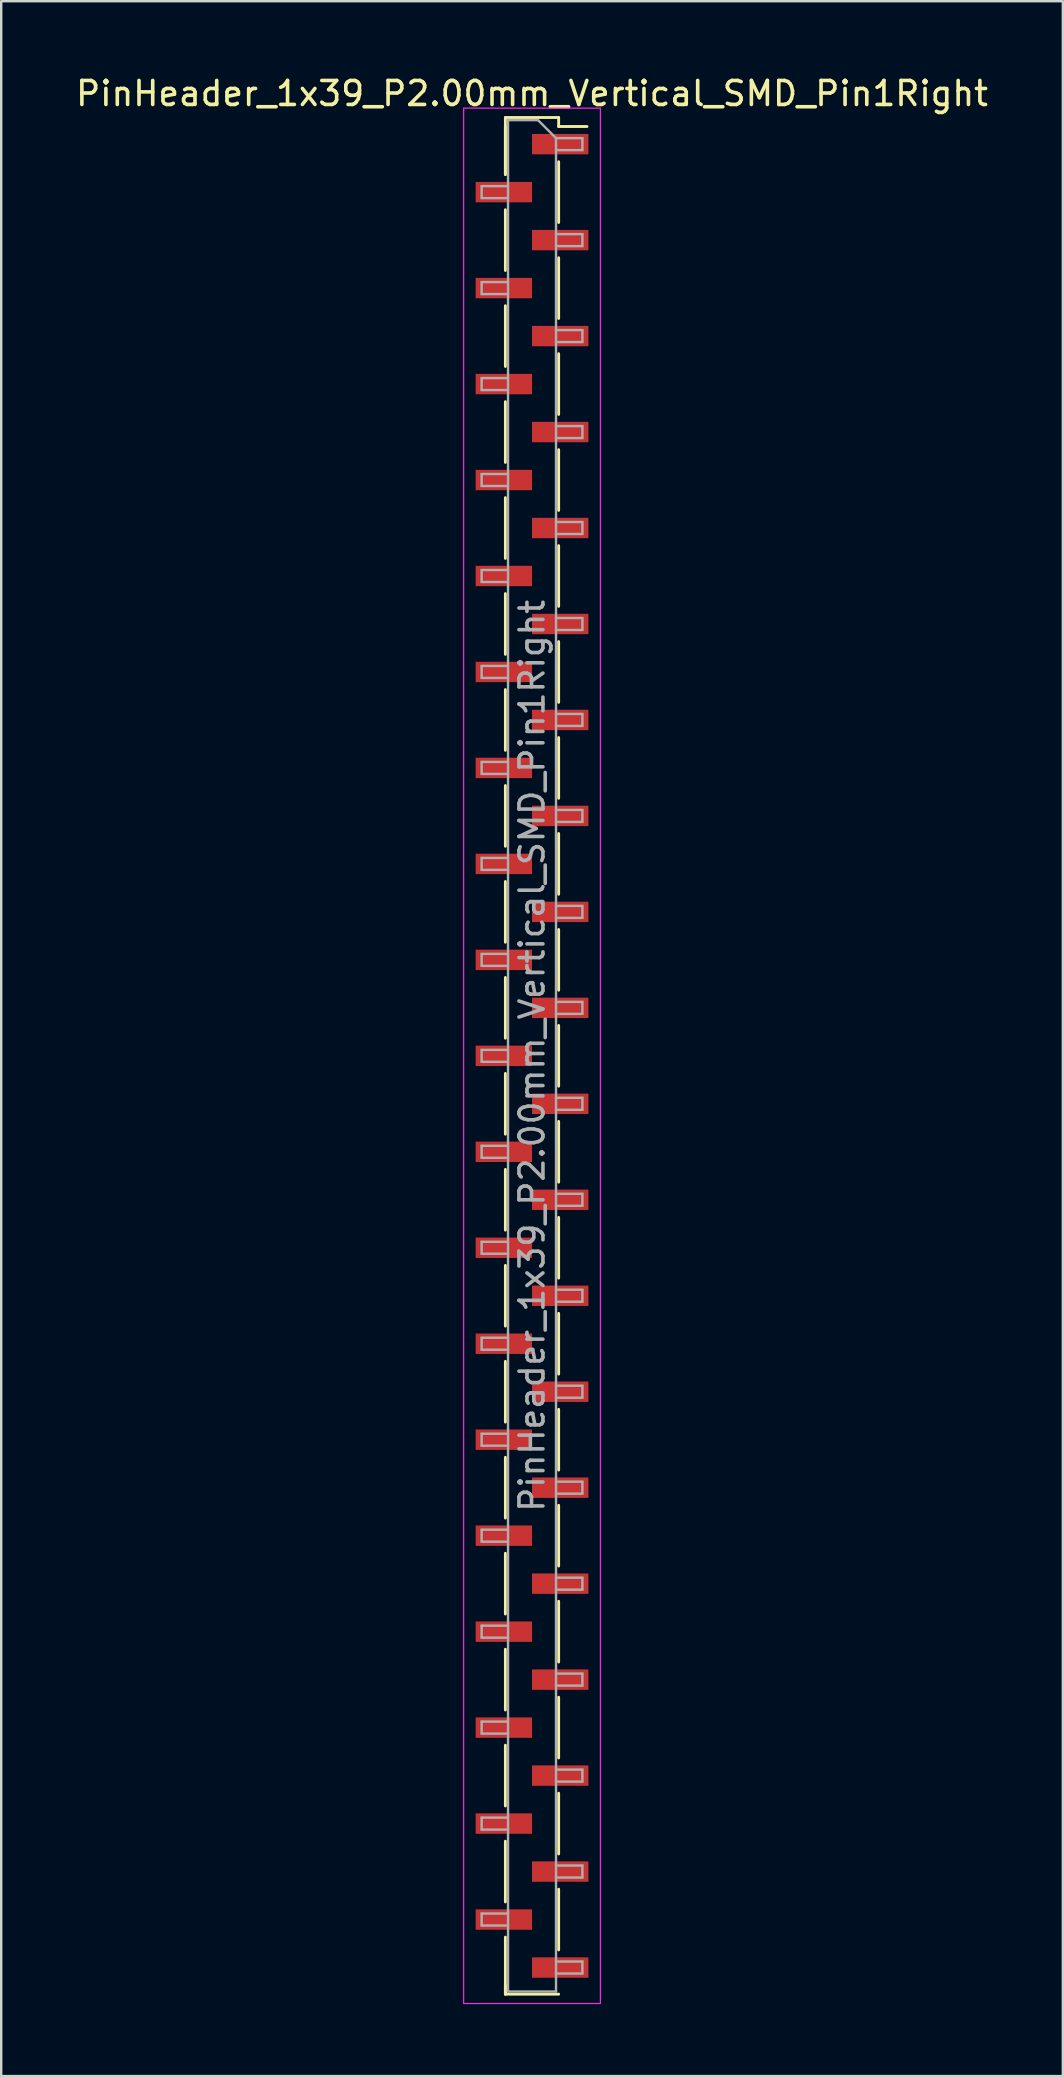
<source format=kicad_pcb>
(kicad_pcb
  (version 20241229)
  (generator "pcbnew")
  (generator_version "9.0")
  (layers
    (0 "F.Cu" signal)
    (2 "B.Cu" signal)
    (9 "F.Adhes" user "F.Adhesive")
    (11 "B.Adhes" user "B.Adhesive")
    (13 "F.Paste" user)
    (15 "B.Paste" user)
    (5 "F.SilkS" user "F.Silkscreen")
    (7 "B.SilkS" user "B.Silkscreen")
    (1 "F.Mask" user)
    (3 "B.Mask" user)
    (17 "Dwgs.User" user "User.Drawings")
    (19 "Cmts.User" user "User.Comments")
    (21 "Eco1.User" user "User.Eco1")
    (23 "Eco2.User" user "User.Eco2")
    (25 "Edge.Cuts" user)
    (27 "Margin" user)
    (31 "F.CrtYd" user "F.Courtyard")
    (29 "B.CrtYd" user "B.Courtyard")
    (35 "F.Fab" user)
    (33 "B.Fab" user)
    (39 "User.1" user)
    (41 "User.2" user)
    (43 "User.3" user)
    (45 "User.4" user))
  (footprint "PinHeader_1x39_P2.00mm_Vertical_SMD_Pin1Right"
    (layer "F.Cu")
    (at 19.125 40.958)
    (property "Reference" "PinHeader_1x39_P2.00mm_Vertical_SMD_Pin1Right" (at 0 -40.11 0) (layer "F.SilkS") (effects (font (size 1 1) (thickness 0.15))))
    (attr smd)
    (fp_line (start -1.11 -39.11) (end -1.11 -36.735) (stroke (width 0.12) (type solid)) (layer "F.SilkS"))
    (fp_line (start -1.11 -39.11) (end 1.11 -39.11) (stroke (width 0.12) (type solid)) (layer "F.SilkS"))
    (fp_line (start -1.11 -38.735) (end -1.11 -36.735) (stroke (width 0.12) (type solid)) (layer "F.SilkS"))
    (fp_line (start -1.11 -35.265) (end -1.11 -32.735) (stroke (width 0.12) (type solid)) (layer "F.SilkS"))
    (fp_line (start -1.11 -31.265) (end -1.11 -28.735) (stroke (width 0.12) (type solid)) (layer "F.SilkS"))
    (fp_line (start -1.11 -27.265) (end -1.11 -24.735) (stroke (width 0.12) (type solid)) (layer "F.SilkS"))
    (fp_line (start -1.11 -23.265) (end -1.11 -20.735) (stroke (width 0.12) (type solid)) (layer "F.SilkS"))
    (fp_line (start -1.11 -19.265) (end -1.11 -16.735) (stroke (width 0.12) (type solid)) (layer "F.SilkS"))
    (fp_line (start -1.11 -15.265) (end -1.11 -12.735) (stroke (width 0.12) (type solid)) (layer "F.SilkS"))
    (fp_line (start -1.11 -11.265) (end -1.11 -8.735) (stroke (width 0.12) (type solid)) (layer "F.SilkS"))
    (fp_line (start -1.11 -7.265) (end -1.11 -4.735) (stroke (width 0.12) (type solid)) (layer "F.SilkS"))
    (fp_line (start -1.11 -3.265) (end -1.11 -0.735) (stroke (width 0.12) (type solid)) (layer "F.SilkS"))
    (fp_line (start -1.11 0.735) (end -1.11 3.265) (stroke (width 0.12) (type solid)) (layer "F.SilkS"))
    (fp_line (start -1.11 4.735) (end -1.11 7.265) (stroke (width 0.12) (type solid)) (layer "F.SilkS"))
    (fp_line (start -1.11 8.735) (end -1.11 11.265) (stroke (width 0.12) (type solid)) (layer "F.SilkS"))
    (fp_line (start -1.11 12.735) (end -1.11 15.265) (stroke (width 0.12) (type solid)) (layer "F.SilkS"))
    (fp_line (start -1.11 16.735) (end -1.11 19.265) (stroke (width 0.12) (type solid)) (layer "F.SilkS"))
    (fp_line (start -1.11 20.735) (end -1.11 23.265) (stroke (width 0.12) (type solid)) (layer "F.SilkS"))
    (fp_line (start -1.11 24.735) (end -1.11 27.265) (stroke (width 0.12) (type solid)) (layer "F.SilkS"))
    (fp_line (start -1.11 28.735) (end -1.11 31.265) (stroke (width 0.12) (type solid)) (layer "F.SilkS"))
    (fp_line (start -1.11 32.735) (end -1.11 35.265) (stroke (width 0.12) (type solid)) (layer "F.SilkS"))
    (fp_line (start -1.11 36.735) (end -1.11 39.11) (stroke (width 0.12) (type solid)) (layer "F.SilkS"))
    (fp_line (start -1.11 38.735) (end -1.11 39.11) (stroke (width 0.12) (type solid)) (layer "F.SilkS"))
    (fp_line (start -1.11 39.11) (end 1.11 39.11) (stroke (width 0.12) (type solid)) (layer "F.SilkS"))
    (fp_line (start 1.11 -39.11) (end 1.11 -38.735) (stroke (width 0.12) (type solid)) (layer "F.SilkS"))
    (fp_line (start 1.11 -38.735) (end 2.29 -38.735) (stroke (width 0.12) (type solid)) (layer "F.SilkS"))
    (fp_line (start 1.11 -37.265) (end 1.11 -34.735) (stroke (width 0.12) (type solid)) (layer "F.SilkS"))
    (fp_line (start 1.11 -33.265) (end 1.11 -30.735) (stroke (width 0.12) (type solid)) (layer "F.SilkS"))
    (fp_line (start 1.11 -29.265) (end 1.11 -26.735) (stroke (width 0.12) (type solid)) (layer "F.SilkS"))
    (fp_line (start 1.11 -25.265) (end 1.11 -22.735) (stroke (width 0.12) (type solid)) (layer "F.SilkS"))
    (fp_line (start 1.11 -21.265) (end 1.11 -18.735) (stroke (width 0.12) (type solid)) (layer "F.SilkS"))
    (fp_line (start 1.11 -17.265) (end 1.11 -14.735) (stroke (width 0.12) (type solid)) (layer "F.SilkS"))
    (fp_line (start 1.11 -13.265) (end 1.11 -10.735) (stroke (width 0.12) (type solid)) (layer "F.SilkS"))
    (fp_line (start 1.11 -9.265) (end 1.11 -6.735) (stroke (width 0.12) (type solid)) (layer "F.SilkS"))
    (fp_line (start 1.11 -5.265) (end 1.11 -2.735) (stroke (width 0.12) (type solid)) (layer "F.SilkS"))
    (fp_line (start 1.11 -1.265) (end 1.11 1.265) (stroke (width 0.12) (type solid)) (layer "F.SilkS"))
    (fp_line (start 1.11 2.735) (end 1.11 5.265) (stroke (width 0.12) (type solid)) (layer "F.SilkS"))
    (fp_line (start 1.11 6.735) (end 1.11 9.265) (stroke (width 0.12) (type solid)) (layer "F.SilkS"))
    (fp_line (start 1.11 10.735) (end 1.11 13.265) (stroke (width 0.12) (type solid)) (layer "F.SilkS"))
    (fp_line (start 1.11 14.735) (end 1.11 17.265) (stroke (width 0.12) (type solid)) (layer "F.SilkS"))
    (fp_line (start 1.11 18.735) (end 1.11 21.265) (stroke (width 0.12) (type solid)) (layer "F.SilkS"))
    (fp_line (start 1.11 22.735) (end 1.11 25.265) (stroke (width 0.12) (type solid)) (layer "F.SilkS"))
    (fp_line (start 1.11 26.735) (end 1.11 29.265) (stroke (width 0.12) (type solid)) (layer "F.SilkS"))
    (fp_line (start 1.11 30.735) (end 1.11 33.265) (stroke (width 0.12) (type solid)) (layer "F.SilkS"))
    (fp_line (start 1.11 34.735) (end 1.11 37.265) (stroke (width 0.12) (type solid)) (layer "F.SilkS"))
    (fp_line (start -2.85 -39.5) (end -2.85 39.5) (stroke (width 0.05) (type solid)) (layer "F.CrtYd"))
    (fp_line (start -2.85 39.5) (end 2.85 39.5) (stroke (width 0.05) (type solid)) (layer "F.CrtYd"))
    (fp_line (start 2.85 -39.5) (end -2.85 -39.5) (stroke (width 0.05) (type solid)) (layer "F.CrtYd"))
    (fp_line (start 2.85 39.5) (end 2.85 -39.5) (stroke (width 0.05) (type solid)) (layer "F.CrtYd"))
    (fp_line (start -2.1 -36.25) (end -2.1 -35.75) (stroke (width 0.1) (type solid)) (layer "F.Fab"))
    (fp_line (start -2.1 -35.75) (end -1 -35.75) (stroke (width 0.1) (type solid)) (layer "F.Fab"))
    (fp_line (start -2.1 -32.25) (end -2.1 -31.75) (stroke (width 0.1) (type solid)) (layer "F.Fab"))
    (fp_line (start -2.1 -31.75) (end -1 -31.75) (stroke (width 0.1) (type solid)) (layer "F.Fab"))
    (fp_line (start -2.1 -28.25) (end -2.1 -27.75) (stroke (width 0.1) (type solid)) (layer "F.Fab"))
    (fp_line (start -2.1 -27.75) (end -1 -27.75) (stroke (width 0.1) (type solid)) (layer "F.Fab"))
    (fp_line (start -2.1 -24.25) (end -2.1 -23.75) (stroke (width 0.1) (type solid)) (layer "F.Fab"))
    (fp_line (start -2.1 -23.75) (end -1 -23.75) (stroke (width 0.1) (type solid)) (layer "F.Fab"))
    (fp_line (start -2.1 -20.25) (end -2.1 -19.75) (stroke (width 0.1) (type solid)) (layer "F.Fab"))
    (fp_line (start -2.1 -19.75) (end -1 -19.75) (stroke (width 0.1) (type solid)) (layer "F.Fab"))
    (fp_line (start -2.1 -16.25) (end -2.1 -15.75) (stroke (width 0.1) (type solid)) (layer "F.Fab"))
    (fp_line (start -2.1 -15.75) (end -1 -15.75) (stroke (width 0.1) (type solid)) (layer "F.Fab"))
    (fp_line (start -2.1 -12.25) (end -2.1 -11.75) (stroke (width 0.1) (type solid)) (layer "F.Fab"))
    (fp_line (start -2.1 -11.75) (end -1 -11.75) (stroke (width 0.1) (type solid)) (layer "F.Fab"))
    (fp_line (start -2.1 -8.25) (end -2.1 -7.75) (stroke (width 0.1) (type solid)) (layer "F.Fab"))
    (fp_line (start -2.1 -7.75) (end -1 -7.75) (stroke (width 0.1) (type solid)) (layer "F.Fab"))
    (fp_line (start -2.1 -4.25) (end -2.1 -3.75) (stroke (width 0.1) (type solid)) (layer "F.Fab"))
    (fp_line (start -2.1 -3.75) (end -1 -3.75) (stroke (width 0.1) (type solid)) (layer "F.Fab"))
    (fp_line (start -2.1 -0.25) (end -2.1 0.25) (stroke (width 0.1) (type solid)) (layer "F.Fab"))
    (fp_line (start -2.1 0.25) (end -1 0.25) (stroke (width 0.1) (type solid)) (layer "F.Fab"))
    (fp_line (start -2.1 3.75) (end -2.1 4.25) (stroke (width 0.1) (type solid)) (layer "F.Fab"))
    (fp_line (start -2.1 4.25) (end -1 4.25) (stroke (width 0.1) (type solid)) (layer "F.Fab"))
    (fp_line (start -2.1 7.75) (end -2.1 8.25) (stroke (width 0.1) (type solid)) (layer "F.Fab"))
    (fp_line (start -2.1 8.25) (end -1 8.25) (stroke (width 0.1) (type solid)) (layer "F.Fab"))
    (fp_line (start -2.1 11.75) (end -2.1 12.25) (stroke (width 0.1) (type solid)) (layer "F.Fab"))
    (fp_line (start -2.1 12.25) (end -1 12.25) (stroke (width 0.1) (type solid)) (layer "F.Fab"))
    (fp_line (start -2.1 15.75) (end -2.1 16.25) (stroke (width 0.1) (type solid)) (layer "F.Fab"))
    (fp_line (start -2.1 16.25) (end -1 16.25) (stroke (width 0.1) (type solid)) (layer "F.Fab"))
    (fp_line (start -2.1 19.75) (end -2.1 20.25) (stroke (width 0.1) (type solid)) (layer "F.Fab"))
    (fp_line (start -2.1 20.25) (end -1 20.25) (stroke (width 0.1) (type solid)) (layer "F.Fab"))
    (fp_line (start -2.1 23.75) (end -2.1 24.25) (stroke (width 0.1) (type solid)) (layer "F.Fab"))
    (fp_line (start -2.1 24.25) (end -1 24.25) (stroke (width 0.1) (type solid)) (layer "F.Fab"))
    (fp_line (start -2.1 27.75) (end -2.1 28.25) (stroke (width 0.1) (type solid)) (layer "F.Fab"))
    (fp_line (start -2.1 28.25) (end -1 28.25) (stroke (width 0.1) (type solid)) (layer "F.Fab"))
    (fp_line (start -2.1 31.75) (end -2.1 32.25) (stroke (width 0.1) (type solid)) (layer "F.Fab"))
    (fp_line (start -2.1 32.25) (end -1 32.25) (stroke (width 0.1) (type solid)) (layer "F.Fab"))
    (fp_line (start -2.1 35.75) (end -2.1 36.25) (stroke (width 0.1) (type solid)) (layer "F.Fab"))
    (fp_line (start -2.1 36.25) (end -1 36.25) (stroke (width 0.1) (type solid)) (layer "F.Fab"))
    (fp_line (start -1 -39) (end -1 39) (stroke (width 0.1) (type solid)) (layer "F.Fab"))
    (fp_line (start -1 -39) (end 0.25 -39) (stroke (width 0.1) (type solid)) (layer "F.Fab"))
    (fp_line (start -1 -36.25) (end -2.1 -36.25) (stroke (width 0.1) (type solid)) (layer "F.Fab"))
    (fp_line (start -1 -32.25) (end -2.1 -32.25) (stroke (width 0.1) (type solid)) (layer "F.Fab"))
    (fp_line (start -1 -28.25) (end -2.1 -28.25) (stroke (width 0.1) (type solid)) (layer "F.Fab"))
    (fp_line (start -1 -24.25) (end -2.1 -24.25) (stroke (width 0.1) (type solid)) (layer "F.Fab"))
    (fp_line (start -1 -20.25) (end -2.1 -20.25) (stroke (width 0.1) (type solid)) (layer "F.Fab"))
    (fp_line (start -1 -16.25) (end -2.1 -16.25) (stroke (width 0.1) (type solid)) (layer "F.Fab"))
    (fp_line (start -1 -12.25) (end -2.1 -12.25) (stroke (width 0.1) (type solid)) (layer "F.Fab"))
    (fp_line (start -1 -8.25) (end -2.1 -8.25) (stroke (width 0.1) (type solid)) (layer "F.Fab"))
    (fp_line (start -1 -4.25) (end -2.1 -4.25) (stroke (width 0.1) (type solid)) (layer "F.Fab"))
    (fp_line (start -1 -0.25) (end -2.1 -0.25) (stroke (width 0.1) (type solid)) (layer "F.Fab"))
    (fp_line (start -1 3.75) (end -2.1 3.75) (stroke (width 0.1) (type solid)) (layer "F.Fab"))
    (fp_line (start -1 7.75) (end -2.1 7.75) (stroke (width 0.1) (type solid)) (layer "F.Fab"))
    (fp_line (start -1 11.75) (end -2.1 11.75) (stroke (width 0.1) (type solid)) (layer "F.Fab"))
    (fp_line (start -1 15.75) (end -2.1 15.75) (stroke (width 0.1) (type solid)) (layer "F.Fab"))
    (fp_line (start -1 19.75) (end -2.1 19.75) (stroke (width 0.1) (type solid)) (layer "F.Fab"))
    (fp_line (start -1 23.75) (end -2.1 23.75) (stroke (width 0.1) (type solid)) (layer "F.Fab"))
    (fp_line (start -1 27.75) (end -2.1 27.75) (stroke (width 0.1) (type solid)) (layer "F.Fab"))
    (fp_line (start -1 31.75) (end -2.1 31.75) (stroke (width 0.1) (type solid)) (layer "F.Fab"))
    (fp_line (start -1 35.75) (end -2.1 35.75) (stroke (width 0.1) (type solid)) (layer "F.Fab"))
    (fp_line (start 1 -38.25) (end 0.25 -39) (stroke (width 0.1) (type solid)) (layer "F.Fab"))
    (fp_line (start 1 -38.25) (end 2.1 -38.25) (stroke (width 0.1) (type solid)) (layer "F.Fab"))
    (fp_line (start 1 -34.25) (end 2.1 -34.25) (stroke (width 0.1) (type solid)) (layer "F.Fab"))
    (fp_line (start 1 -30.25) (end 2.1 -30.25) (stroke (width 0.1) (type solid)) (layer "F.Fab"))
    (fp_line (start 1 -26.25) (end 2.1 -26.25) (stroke (width 0.1) (type solid)) (layer "F.Fab"))
    (fp_line (start 1 -22.25) (end 2.1 -22.25) (stroke (width 0.1) (type solid)) (layer "F.Fab"))
    (fp_line (start 1 -18.25) (end 2.1 -18.25) (stroke (width 0.1) (type solid)) (layer "F.Fab"))
    (fp_line (start 1 -14.25) (end 2.1 -14.25) (stroke (width 0.1) (type solid)) (layer "F.Fab"))
    (fp_line (start 1 -10.25) (end 2.1 -10.25) (stroke (width 0.1) (type solid)) (layer "F.Fab"))
    (fp_line (start 1 -6.25) (end 2.1 -6.25) (stroke (width 0.1) (type solid)) (layer "F.Fab"))
    (fp_line (start 1 -2.25) (end 2.1 -2.25) (stroke (width 0.1) (type solid)) (layer "F.Fab"))
    (fp_line (start 1 1.75) (end 2.1 1.75) (stroke (width 0.1) (type solid)) (layer "F.Fab"))
    (fp_line (start 1 5.75) (end 2.1 5.75) (stroke (width 0.1) (type solid)) (layer "F.Fab"))
    (fp_line (start 1 9.75) (end 2.1 9.75) (stroke (width 0.1) (type solid)) (layer "F.Fab"))
    (fp_line (start 1 13.75) (end 2.1 13.75) (stroke (width 0.1) (type solid)) (layer "F.Fab"))
    (fp_line (start 1 17.75) (end 2.1 17.75) (stroke (width 0.1) (type solid)) (layer "F.Fab"))
    (fp_line (start 1 21.75) (end 2.1 21.75) (stroke (width 0.1) (type solid)) (layer "F.Fab"))
    (fp_line (start 1 25.75) (end 2.1 25.75) (stroke (width 0.1) (type solid)) (layer "F.Fab"))
    (fp_line (start 1 29.75) (end 2.1 29.75) (stroke (width 0.1) (type solid)) (layer "F.Fab"))
    (fp_line (start 1 33.75) (end 2.1 33.75) (stroke (width 0.1) (type solid)) (layer "F.Fab"))
    (fp_line (start 1 37.75) (end 2.1 37.75) (stroke (width 0.1) (type solid)) (layer "F.Fab"))
    (fp_line (start 1 39) (end -1 39) (stroke (width 0.1) (type solid)) (layer "F.Fab"))
    (fp_line (start 1 39) (end 1 -38.25) (stroke (width 0.1) (type solid)) (layer "F.Fab"))
    (fp_line (start 2.1 -38.25) (end 2.1 -37.75) (stroke (width 0.1) (type solid)) (layer "F.Fab"))
    (fp_line (start 2.1 -37.75) (end 1 -37.75) (stroke (width 0.1) (type solid)) (layer "F.Fab"))
    (fp_line (start 2.1 -34.25) (end 2.1 -33.75) (stroke (width 0.1) (type solid)) (layer "F.Fab"))
    (fp_line (start 2.1 -33.75) (end 1 -33.75) (stroke (width 0.1) (type solid)) (layer "F.Fab"))
    (fp_line (start 2.1 -30.25) (end 2.1 -29.75) (stroke (width 0.1) (type solid)) (layer "F.Fab"))
    (fp_line (start 2.1 -29.75) (end 1 -29.75) (stroke (width 0.1) (type solid)) (layer "F.Fab"))
    (fp_line (start 2.1 -26.25) (end 2.1 -25.75) (stroke (width 0.1) (type solid)) (layer "F.Fab"))
    (fp_line (start 2.1 -25.75) (end 1 -25.75) (stroke (width 0.1) (type solid)) (layer "F.Fab"))
    (fp_line (start 2.1 -22.25) (end 2.1 -21.75) (stroke (width 0.1) (type solid)) (layer "F.Fab"))
    (fp_line (start 2.1 -21.75) (end 1 -21.75) (stroke (width 0.1) (type solid)) (layer "F.Fab"))
    (fp_line (start 2.1 -18.25) (end 2.1 -17.75) (stroke (width 0.1) (type solid)) (layer "F.Fab"))
    (fp_line (start 2.1 -17.75) (end 1 -17.75) (stroke (width 0.1) (type solid)) (layer "F.Fab"))
    (fp_line (start 2.1 -14.25) (end 2.1 -13.75) (stroke (width 0.1) (type solid)) (layer "F.Fab"))
    (fp_line (start 2.1 -13.75) (end 1 -13.75) (stroke (width 0.1) (type solid)) (layer "F.Fab"))
    (fp_line (start 2.1 -10.25) (end 2.1 -9.75) (stroke (width 0.1) (type solid)) (layer "F.Fab"))
    (fp_line (start 2.1 -9.75) (end 1 -9.75) (stroke (width 0.1) (type solid)) (layer "F.Fab"))
    (fp_line (start 2.1 -6.25) (end 2.1 -5.75) (stroke (width 0.1) (type solid)) (layer "F.Fab"))
    (fp_line (start 2.1 -5.75) (end 1 -5.75) (stroke (width 0.1) (type solid)) (layer "F.Fab"))
    (fp_line (start 2.1 -2.25) (end 2.1 -1.75) (stroke (width 0.1) (type solid)) (layer "F.Fab"))
    (fp_line (start 2.1 -1.75) (end 1 -1.75) (stroke (width 0.1) (type solid)) (layer "F.Fab"))
    (fp_line (start 2.1 1.75) (end 2.1 2.25) (stroke (width 0.1) (type solid)) (layer "F.Fab"))
    (fp_line (start 2.1 2.25) (end 1 2.25) (stroke (width 0.1) (type solid)) (layer "F.Fab"))
    (fp_line (start 2.1 5.75) (end 2.1 6.25) (stroke (width 0.1) (type solid)) (layer "F.Fab"))
    (fp_line (start 2.1 6.25) (end 1 6.25) (stroke (width 0.1) (type solid)) (layer "F.Fab"))
    (fp_line (start 2.1 9.75) (end 2.1 10.25) (stroke (width 0.1) (type solid)) (layer "F.Fab"))
    (fp_line (start 2.1 10.25) (end 1 10.25) (stroke (width 0.1) (type solid)) (layer "F.Fab"))
    (fp_line (start 2.1 13.75) (end 2.1 14.25) (stroke (width 0.1) (type solid)) (layer "F.Fab"))
    (fp_line (start 2.1 14.25) (end 1 14.25) (stroke (width 0.1) (type solid)) (layer "F.Fab"))
    (fp_line (start 2.1 17.75) (end 2.1 18.25) (stroke (width 0.1) (type solid)) (layer "F.Fab"))
    (fp_line (start 2.1 18.25) (end 1 18.25) (stroke (width 0.1) (type solid)) (layer "F.Fab"))
    (fp_line (start 2.1 21.75) (end 2.1 22.25) (stroke (width 0.1) (type solid)) (layer "F.Fab"))
    (fp_line (start 2.1 22.25) (end 1 22.25) (stroke (width 0.1) (type solid)) (layer "F.Fab"))
    (fp_line (start 2.1 25.75) (end 2.1 26.25) (stroke (width 0.1) (type solid)) (layer "F.Fab"))
    (fp_line (start 2.1 26.25) (end 1 26.25) (stroke (width 0.1) (type solid)) (layer "F.Fab"))
    (fp_line (start 2.1 29.75) (end 2.1 30.25) (stroke (width 0.1) (type solid)) (layer "F.Fab"))
    (fp_line (start 2.1 30.25) (end 1 30.25) (stroke (width 0.1) (type solid)) (layer "F.Fab"))
    (fp_line (start 2.1 33.75) (end 2.1 34.25) (stroke (width 0.1) (type solid)) (layer "F.Fab"))
    (fp_line (start 2.1 34.25) (end 1 34.25) (stroke (width 0.1) (type solid)) (layer "F.Fab"))
    (fp_line (start 2.1 37.75) (end 2.1 38.25) (stroke (width 0.1) (type solid)) (layer "F.Fab"))
    (fp_line (start 2.1 38.25) (end 1 38.25) (stroke (width 0.1) (type solid)) (layer "F.Fab"))
    (fp_text user "${REFERENCE}" (at 0 0 90) (layer "F.Fab") (effects (font (size 1 1) (thickness 0.15))))
    (pad "1" smd rect (at 1.175 -38) (size 2.35 0.85) (layers "F.Cu" "F.Mask" "F.Paste"))
    (pad "2" smd rect (at -1.175 -36) (size 2.35 0.85) (layers "F.Cu" "F.Mask" "F.Paste"))
    (pad "3" smd rect (at 1.175 -34) (size 2.35 0.85) (layers "F.Cu" "F.Mask" "F.Paste"))
    (pad "4" smd rect (at -1.175 -32) (size 2.35 0.85) (layers "F.Cu" "F.Mask" "F.Paste"))
    (pad "5" smd rect (at 1.175 -30) (size 2.35 0.85) (layers "F.Cu" "F.Mask" "F.Paste"))
    (pad "6" smd rect (at -1.175 -28) (size 2.35 0.85) (layers "F.Cu" "F.Mask" "F.Paste"))
    (pad "7" smd rect (at 1.175 -26) (size 2.35 0.85) (layers "F.Cu" "F.Mask" "F.Paste"))
    (pad "8" smd rect (at -1.175 -24) (size 2.35 0.85) (layers "F.Cu" "F.Mask" "F.Paste"))
    (pad "9" smd rect (at 1.175 -22) (size 2.35 0.85) (layers "F.Cu" "F.Mask" "F.Paste"))
    (pad "10" smd rect (at -1.175 -20) (size 2.35 0.85) (layers "F.Cu" "F.Mask" "F.Paste"))
    (pad "11" smd rect (at 1.175 -18) (size 2.35 0.85) (layers "F.Cu" "F.Mask" "F.Paste"))
    (pad "12" smd rect (at -1.175 -16) (size 2.35 0.85) (layers "F.Cu" "F.Mask" "F.Paste"))
    (pad "13" smd rect (at 1.175 -14) (size 2.35 0.85) (layers "F.Cu" "F.Mask" "F.Paste"))
    (pad "14" smd rect (at -1.175 -12) (size 2.35 0.85) (layers "F.Cu" "F.Mask" "F.Paste"))
    (pad "15" smd rect (at 1.175 -10) (size 2.35 0.85) (layers "F.Cu" "F.Mask" "F.Paste"))
    (pad "16" smd rect (at -1.175 -8) (size 2.35 0.85) (layers "F.Cu" "F.Mask" "F.Paste"))
    (pad "17" smd rect (at 1.175 -6) (size 2.35 0.85) (layers "F.Cu" "F.Mask" "F.Paste"))
    (pad "18" smd rect (at -1.175 -4) (size 2.35 0.85) (layers "F.Cu" "F.Mask" "F.Paste"))
    (pad "19" smd rect (at 1.175 -2) (size 2.35 0.85) (layers "F.Cu" "F.Mask" "F.Paste"))
    (pad "20" smd rect (at -1.175 0) (size 2.35 0.85) (layers "F.Cu" "F.Mask" "F.Paste"))
    (pad "21" smd rect (at 1.175 2) (size 2.35 0.85) (layers "F.Cu" "F.Mask" "F.Paste"))
    (pad "22" smd rect (at -1.175 4) (size 2.35 0.85) (layers "F.Cu" "F.Mask" "F.Paste"))
    (pad "23" smd rect (at 1.175 6) (size 2.35 0.85) (layers "F.Cu" "F.Mask" "F.Paste"))
    (pad "24" smd rect (at -1.175 8) (size 2.35 0.85) (layers "F.Cu" "F.Mask" "F.Paste"))
    (pad "25" smd rect (at 1.175 10) (size 2.35 0.85) (layers "F.Cu" "F.Mask" "F.Paste"))
    (pad "26" smd rect (at -1.175 12) (size 2.35 0.85) (layers "F.Cu" "F.Mask" "F.Paste"))
    (pad "27" smd rect (at 1.175 14) (size 2.35 0.85) (layers "F.Cu" "F.Mask" "F.Paste"))
    (pad "28" smd rect (at -1.175 16) (size 2.35 0.85) (layers "F.Cu" "F.Mask" "F.Paste"))
    (pad "29" smd rect (at 1.175 18) (size 2.35 0.85) (layers "F.Cu" "F.Mask" "F.Paste"))
    (pad "30" smd rect (at -1.175 20) (size 2.35 0.85) (layers "F.Cu" "F.Mask" "F.Paste"))
    (pad "31" smd rect (at 1.175 22) (size 2.35 0.85) (layers "F.Cu" "F.Mask" "F.Paste"))
    (pad "32" smd rect (at -1.175 24) (size 2.35 0.85) (layers "F.Cu" "F.Mask" "F.Paste"))
    (pad "33" smd rect (at 1.175 26) (size 2.35 0.85) (layers "F.Cu" "F.Mask" "F.Paste"))
    (pad "34" smd rect (at -1.175 28) (size 2.35 0.85) (layers "F.Cu" "F.Mask" "F.Paste"))
    (pad "35" smd rect (at 1.175 30) (size 2.35 0.85) (layers "F.Cu" "F.Mask" "F.Paste"))
    (pad "36" smd rect (at -1.175 32) (size 2.35 0.85) (layers "F.Cu" "F.Mask" "F.Paste"))
    (pad "37" smd rect (at 1.175 34) (size 2.35 0.85) (layers "F.Cu" "F.Mask" "F.Paste"))
    (pad "38" smd rect (at -1.175 36) (size 2.35 0.85) (layers "F.Cu" "F.Mask" "F.Paste"))
    (pad "39" smd rect (at 1.175 38) (size 2.35 0.85) (layers "F.Cu" "F.Mask" "F.Paste")))
  (gr_rect
    (start -3 -3)
    (end 41.25 83.483)
    (stroke (width 0.1) (type default))
    (fill no)
    (layer "Edge.Cuts")))
</source>
